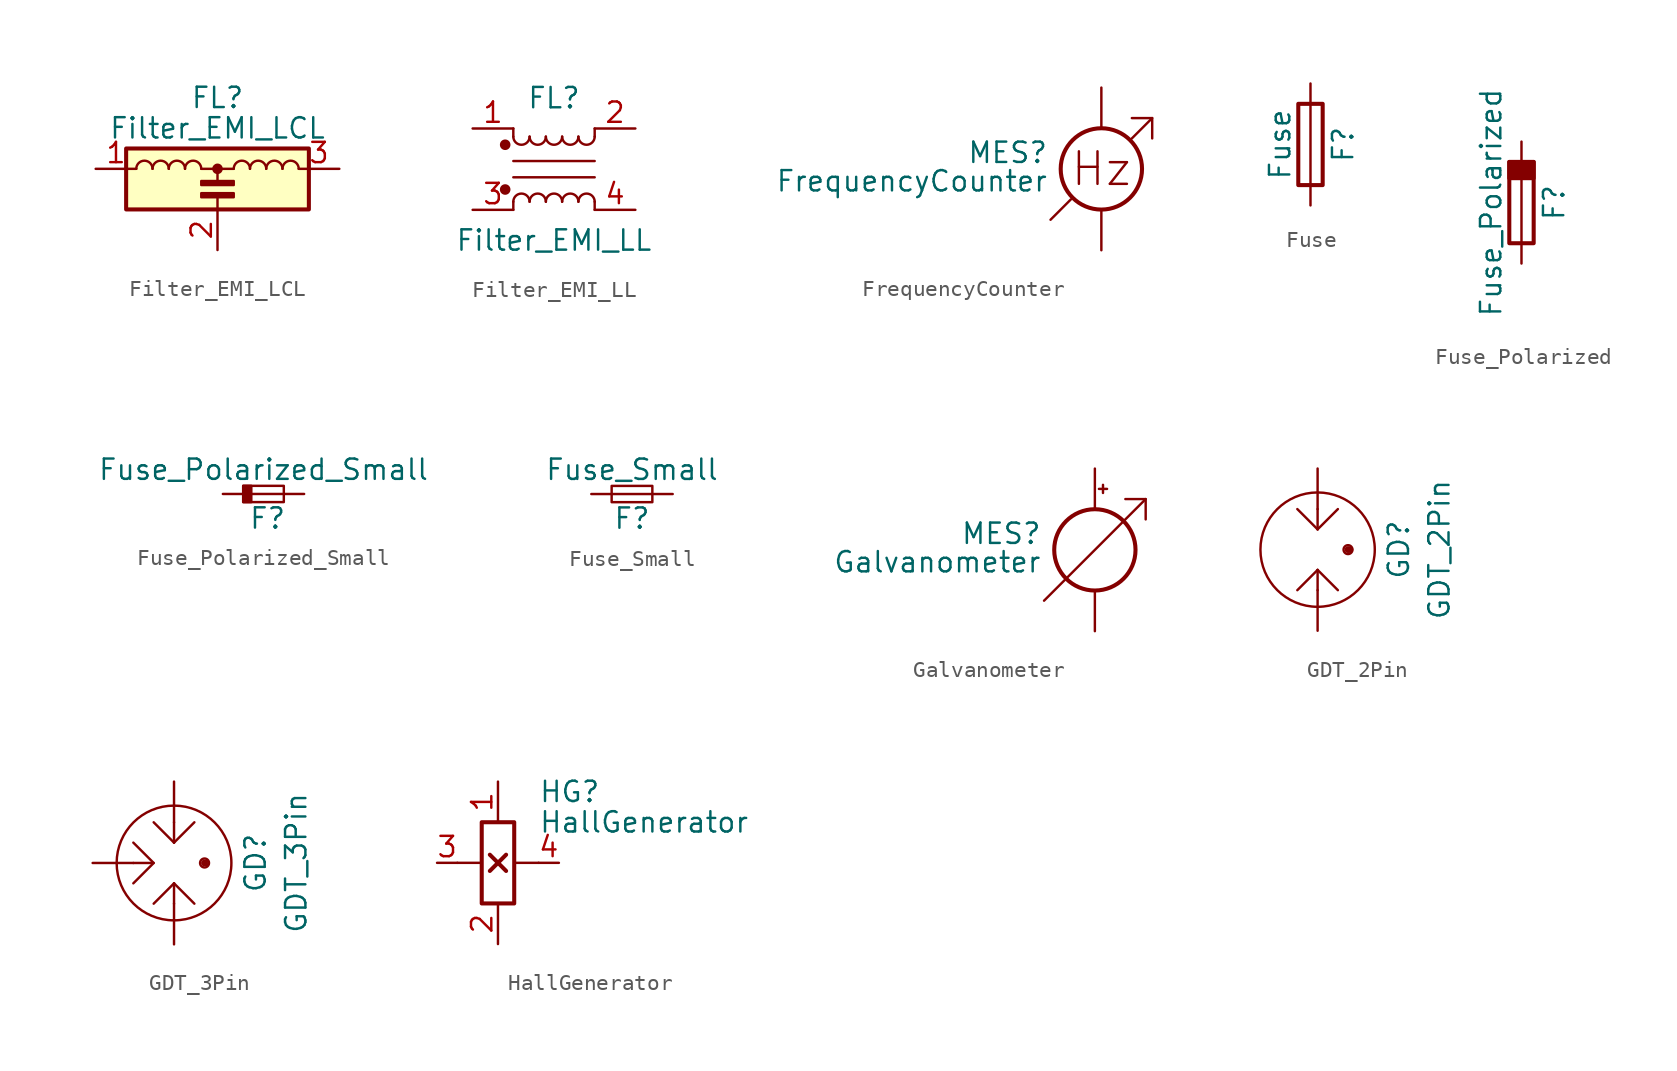
<source format=kicad_sym>
(kicad_symbol_lib
  (version 20241209)
  (generator "kicad_symbol_editor")
  (generator_version "9.0")
  (symbol "Filter_EMI_LCL"
    (pin_names
      (offset 0.254)
      (hide yes))
    (property "Reference" "FL"
      (at 0 6.985 0)
      (effects (font (size 1.27 1.27))))
    (property "Value" "Filter_EMI_LCL"
      (at 0 5.08 0)
      (effects (font (size 1.27 1.27))))
    (symbol "Filter_EMI_LCL_0_1"
      (rectangle (start -5.715 3.81) (end 5.715 0) (stroke (width 0.254) (type solid)) (fill (type background)))
      (arc (start -5.08 2.54) (mid -4.572 3.048) (end -4.064 2.54) (stroke (width 0) (type solid)) (fill (type none)))
      (arc (start -4.064 2.54) (mid -3.556 3.048) (end -3.048 2.54) (stroke (width 0) (type solid)) (fill (type none)))
      (arc (start -3.048 2.54) (mid -2.54 3.048) (end -2.032 2.54) (stroke (width 0) (type solid)) (fill (type none)))
      (arc (start -2.032 2.54) (mid -1.524 3.048) (end -1.016 2.54) (stroke (width 0) (type solid)) (fill (type none)))
      (polyline (pts (xy -1.016 2.54) (xy 1.016 2.54)) (stroke (width 0) (type solid)) (fill (type none)))
      (rectangle (start -1.016 0.762) (end 1.016 1.016) (stroke (width 0) (type solid)) (fill (type outline)))
      (circle (center 0 2.54) (radius 0.254) (stroke (width 0) (type solid)) (fill (type outline)))
      (polyline (pts (xy 0 2.54) (xy 0 1.778)) (stroke (width 0) (type solid)) (fill (type none)))
      (polyline (pts (xy 0 0.762) (xy 0 0)) (stroke (width 0) (type solid)) (fill (type none)))
      (rectangle (start 1.016 1.524) (end -1.016 1.778) (stroke (width 0) (type solid)) (fill (type outline)))
      (arc (start 1.016 2.54) (mid 1.524 3.048) (end 2.032 2.54) (stroke (width 0) (type solid)) (fill (type none)))
      (arc (start 2.032 2.54) (mid 2.54 3.048) (end 3.048 2.54) (stroke (width 0) (type solid)) (fill (type none)))
      (arc (start 3.048 2.54) (mid 3.556 3.048) (end 4.064 2.54) (stroke (width 0) (type solid)) (fill (type none)))
      (arc (start 4.064 2.54) (mid 4.572 3.048) (end 5.08 2.54) (stroke (width 0) (type solid)) (fill (type none))))
    (symbol "Filter_EMI_LCL_1_1"
      (pin passive line (at -7.62 2.54 0) (length 2.54) (name "1" (effects (font (size 1.27 1.27)))) (number "1" (effects (font (size 1.27 1.27)))))
      (pin passive line (at 0 -2.54 90) (length 2.54) (name "2" (effects (font (size 1.27 1.27)))) (number "2" (effects (font (size 1.27 1.27)))))
      (pin passive line (at 7.62 2.54 180) (length 2.54) (name "3" (effects (font (size 1.27 1.27)))) (number "3" (effects (font (size 1.27 1.27)))))))
  (symbol "Filter_EMI_LL"
    (pin_names
      (offset 0.254)
      (hide yes))
    (property "Reference" "FL"
      (at 0 4.445 0)
      (effects (font (size 1.27 1.27))))
    (property "Value" "Filter_EMI_LL"
      (at 0 -4.445 0)
      (effects (font (size 1.27 1.27))))
    (symbol "Filter_EMI_LL_0_1"
      (circle (center -3.048 1.524) (radius 0.254) (stroke (width 0) (type solid)) (fill (type outline)))
      (circle (center -3.048 -1.27) (radius 0.254) (stroke (width 0) (type solid)) (fill (type outline)))
      (polyline (pts (xy -2.54 2.032) (xy -2.54 2.54)) (stroke (width 0) (type solid)) (fill (type none)))
      (polyline (pts (xy -2.54 0.508) (xy 2.54 0.508)) (stroke (width 0) (type solid)) (fill (type none)))
      (polyline (pts (xy -2.54 -2.032) (xy -2.54 -2.54)) (stroke (width 0) (type solid)) (fill (type none)))
      (arc (start -1.524 2.032) (mid -2.032 1.524) (end -2.54 2.032) (stroke (width 0) (type solid)) (fill (type none)))
      (arc (start -2.54 -2.032) (mid -2.032 -1.524) (end -1.524 -2.032) (stroke (width 0) (type solid)) (fill (type none)))
      (arc (start -0.508 2.032) (mid -1.016 1.524) (end -1.524 2.032) (stroke (width 0) (type solid)) (fill (type none)))
      (arc (start -1.524 -2.032) (mid -1.016 -1.524) (end -0.508 -2.032) (stroke (width 0) (type solid)) (fill (type none)))
      (arc (start 0.508 2.032) (mid 0 1.524) (end -0.508 2.032) (stroke (width 0) (type solid)) (fill (type none)))
      (arc (start -0.508 -2.032) (mid 0 -1.524) (end 0.508 -2.032) (stroke (width 0) (type solid)) (fill (type none)))
      (arc (start 1.524 2.032) (mid 1.016 1.524) (end 0.508 2.032) (stroke (width 0) (type solid)) (fill (type none)))
      (arc (start 0.508 -2.032) (mid 1.016 -1.524) (end 1.524 -2.032) (stroke (width 0) (type solid)) (fill (type none)))
      (arc (start 2.54 2.032) (mid 2.032 1.524) (end 1.524 2.032) (stroke (width 0) (type solid)) (fill (type none)))
      (arc (start 1.524 -2.032) (mid 2.032 -1.524) (end 2.54 -2.032) (stroke (width 0) (type solid)) (fill (type none)))
      (polyline (pts (xy 2.54 2.54) (xy 2.54 2.032)) (stroke (width 0) (type solid)) (fill (type none)))
      (polyline (pts (xy 2.54 -0.508) (xy -2.54 -0.508)) (stroke (width 0) (type solid)) (fill (type none)))
      (polyline (pts (xy 2.54 -2.032) (xy 2.54 -2.54)) (stroke (width 0) (type solid)) (fill (type none))))
    (symbol "Filter_EMI_LL_1_1"
      (pin passive line (at -5.08 2.54 0) (length 2.54) (name "1" (effects (font (size 1.27 1.27)))) (number "1" (effects (font (size 1.27 1.27)))))
      (pin passive line (at -5.08 -2.54 0) (length 2.54) (name "3" (effects (font (size 1.27 1.27)))) (number "3" (effects (font (size 1.27 1.27)))))
      (pin passive line (at 5.08 2.54 180) (length 2.54) (name "2" (effects (font (size 1.27 1.27)))) (number "2" (effects (font (size 1.27 1.27)))))
      (pin passive line (at 5.08 -2.54 180) (length 2.54) (name "4" (effects (font (size 1.27 1.27)))) (number "4" (effects (font (size 1.27 1.27)))))))
  (symbol "FrequencyCounter"
    (pin_numbers
      (hide yes))
    (pin_names
      (offset 0.025)
      (hide yes))
    (property "Reference" "MES"
      (at -3.302 1.016 0)
      (effects (font (size 1.27 1.27)) (justify right)))
    (property "Value" "FrequencyCounter"
      (at -3.302 -0.762 0)
      (effects (font (size 1.27 1.27)) (justify right)))
    (symbol "FrequencyCounter_0_0"
      (polyline (pts (xy -3.175 -3.175) (xy -1.905 -1.905)) (stroke (width 0) (type solid)) (fill (type none)))
      (polyline (pts (xy 1.905 3.175) (xy 3.175 3.175) (xy 3.175 1.905)) (stroke (width 0) (type solid)) (fill (type none)))
      (polyline (pts (xy 1.905 1.905) (xy 3.175 3.175)) (stroke (width 0) (type solid)) (fill (type none)))
      (text "Hz" (at 0 0 0) (effects (font (size 2.032 2.032)))))
    (symbol "FrequencyCounter_0_1"
      (circle (center 0 0) (radius 2.54) (stroke (width 0.254) (type solid)) (fill (type none))))
    (symbol "FrequencyCounter_1_1"
      (pin passive line (at 0 5.08 270) (length 2.54) (name "+" (effects (font (size 1.27 1.27)))) (number "2" (effects (font (size 1.27 1.27)))))
      (pin passive line (at 0 -5.08 90) (length 2.54) (name "-" (effects (font (size 1.27 1.27)))) (number "1" (effects (font (size 1.27 1.27)))))))
  (symbol "Fuse"
    (pin_numbers
      (hide yes))
    (pin_names
      (offset 0))
    (property "Reference" "F"
      (at 2.032 0 90)
      (effects (font (size 1.27 1.27))))
    (property "Value" "Fuse"
      (at -1.905 0 90)
      (effects (font (size 1.27 1.27))))
    (symbol "Fuse_0_1"
      (rectangle (start -0.762 -2.54) (end 0.762 2.54) (stroke (width 0.254) (type solid)) (fill (type none)))
      (polyline (pts (xy 0 2.54) (xy 0 -2.54)) (stroke (width 0) (type solid)) (fill (type none))))
    (symbol "Fuse_1_1"
      (pin passive line (at 0 3.81 270) (length 1.27) (name "~" (effects (font (size 1.27 1.27)))) (number "1" (effects (font (size 1.27 1.27)))))
      (pin passive line (at 0 -3.81 90) (length 1.27) (name "~" (effects (font (size 1.27 1.27)))) (number "2" (effects (font (size 1.27 1.27)))))))
  (symbol "Fuse_Polarized"
    (pin_numbers
      (hide yes))
    (pin_names
      (offset 0))
    (property "Reference" "F"
      (at 2.032 0 90)
      (effects (font (size 1.27 1.27))))
    (property "Value" "Fuse_Polarized"
      (at -1.905 0 90)
      (effects (font (size 1.27 1.27))))
    (symbol "Fuse_Polarized_0_1"
      (rectangle (start -0.762 2.54) (end 0.762 1.524) (stroke (width 0.254) (type solid)) (fill (type outline)))
      (rectangle (start -0.762 -2.54) (end 0.762 2.54) (stroke (width 0.254) (type solid)) (fill (type none)))
      (polyline (pts (xy 0 2.54) (xy 0 -2.54)) (stroke (width 0) (type solid)) (fill (type none))))
    (symbol "Fuse_Polarized_1_1"
      (pin power_in line (at 0 3.81 270) (length 1.27) (name "~" (effects (font (size 1.27 1.27)))) (number "1" (effects (font (size 1.27 1.27)))))
      (pin power_out line (at 0 -3.81 90) (length 1.27) (name "~" (effects (font (size 1.27 1.27)))) (number "2" (effects (font (size 1.27 1.27)))))))
  (symbol "Fuse_Polarized_Small"
    (pin_numbers
      (hide yes))
    (pin_names
      (offset 0.254)
      (hide yes))
    (property "Reference" "F"
      (at 0.254 -1.524 0)
      (effects (font (size 1.27 1.27))))
    (property "Value" "Fuse_Polarized_Small"
      (at 0 1.524 0)
      (effects (font (size 1.27 1.27))))
    (symbol "Fuse_Polarized_Small_0_1"
      (rectangle (start -1.27 0.508) (end -0.762 -0.508) (stroke (width 0) (type solid)) (fill (type outline)))
      (rectangle (start -1.27 0.508) (end 1.27 -0.508) (stroke (width 0) (type solid)) (fill (type none)))
      (polyline (pts (xy -1.27 0) (xy 1.27 0)) (stroke (width 0) (type solid)) (fill (type none))))
    (symbol "Fuse_Polarized_Small_1_1"
      (pin power_in line (at -2.54 0 0) (length 1.27) (name "~" (effects (font (size 1.27 1.27)))) (number "1" (effects (font (size 1.27 1.27)))))
      (pin power_out line (at 2.54 0 180) (length 1.27) (name "~" (effects (font (size 1.27 1.27)))) (number "2" (effects (font (size 1.27 1.27)))))))
  (symbol "Fuse_Small"
    (pin_numbers
      (hide yes))
    (pin_names
      (offset 0.254)
      (hide yes))
    (property "Reference" "F"
      (at 0 -1.524 0)
      (effects (font (size 1.27 1.27))))
    (property "Value" "Fuse_Small"
      (at 0 1.524 0)
      (effects (font (size 1.27 1.27))))
    (symbol "Fuse_Small_0_1"
      (rectangle (start -1.27 0.508) (end 1.27 -0.508) (stroke (width 0) (type solid)) (fill (type none)))
      (polyline (pts (xy -1.27 0) (xy 1.27 0)) (stroke (width 0) (type solid)) (fill (type none))))
    (symbol "Fuse_Small_1_1"
      (pin passive line (at -2.54 0 0) (length 1.27) (name "~" (effects (font (size 1.27 1.27)))) (number "1" (effects (font (size 1.27 1.27)))))
      (pin passive line (at 2.54 0 180) (length 1.27) (name "~" (effects (font (size 1.27 1.27)))) (number "2" (effects (font (size 1.27 1.27)))))))
  (symbol "Galvanometer"
    (pin_numbers
      (hide yes))
    (pin_names
      (offset 0.025)
      (hide yes))
    (property "Reference" "MES"
      (at -3.302 1.016 0)
      (effects (font (size 1.27 1.27)) (justify right)))
    (property "Value" "Galvanometer"
      (at -3.302 -0.762 0)
      (effects (font (size 1.27 1.27)) (justify right)))
    (symbol "Galvanometer_0_0"
      (polyline (pts (xy -3.175 -3.175) (xy 3.175 3.175)) (stroke (width 0) (type solid)) (fill (type none)))
      (polyline (pts (xy 1.905 3.175) (xy 3.175 3.175) (xy 3.175 1.905)) (stroke (width 0) (type solid)) (fill (type none))))
    (symbol "Galvanometer_0_1"
      (circle (center 0 0) (radius 2.54) (stroke (width 0.254) (type solid)) (fill (type none)))
      (polyline (pts (xy 0.254 3.81) (xy 0.762 3.81)) (stroke (width 0) (type solid)) (fill (type none)))
      (polyline (pts (xy 0.508 4.064) (xy 0.508 3.556)) (stroke (width 0) (type solid)) (fill (type none))))
    (symbol "Galvanometer_1_1"
      (pin passive line (at 0 5.08 270) (length 2.54) (name "+" (effects (font (size 1.27 1.27)))) (number "2" (effects (font (size 1.27 1.27)))))
      (pin passive line (at 0 -5.08 90) (length 2.54) (name "-" (effects (font (size 1.27 1.27)))) (number "1" (effects (font (size 1.27 1.27)))))))
  (symbol "GDT_2Pin"
    (pin_numbers
      (hide yes))
    (property "Reference" "GD"
      (at 5.08 0 90)
      (effects (font (size 1.27 1.27))))
    (property "Value" "GDT_2Pin"
      (at 7.62 0 90)
      (effects (font (size 1.27 1.27))))
    (symbol "GDT_2Pin_0_1"
      (polyline (pts (xy 0 2.54) (xy 0 1.27)) (stroke (width 0) (type solid)) (fill (type none)))
      (polyline (pts (xy 0 1.27) (xy -1.27 2.54)) (stroke (width 0) (type solid)) (fill (type none)))
      (polyline (pts (xy 0 1.27) (xy 1.27 2.54)) (stroke (width 0) (type solid)) (fill (type none)))
      (circle (center 0 0) (radius 3.581) (stroke (width 0) (type solid)) (fill (type none)))
      (polyline (pts (xy 0 -1.27) (xy -1.27 -2.54)) (stroke (width 0) (type solid)) (fill (type none)))
      (polyline (pts (xy 0 -1.27) (xy 1.27 -2.54)) (stroke (width 0) (type solid)) (fill (type none)))
      (polyline (pts (xy 0 -2.54) (xy 0 -1.27)) (stroke (width 0) (type solid)) (fill (type none)))
      (circle (center 1.905 0) (radius 0.127) (stroke (width 0) (type solid)) (fill (type none)))
      (circle (center 1.905 0) (radius 0.127) (stroke (width 0) (type solid)) (fill (type none)))
      (circle (center 1.905 0) (radius 0.279) (stroke (width 0) (type solid)) (fill (type none)))
      (circle (center 2.032 0) (radius 0.127) (stroke (width 0) (type solid)) (fill (type none))))
    (symbol "GDT_2Pin_1_1"
      (pin passive line (at 0 5.08 270) (length 2.54) (name "~" (effects (font (size 1.27 1.27)))) (number "3" (effects (font (size 1.27 1.27)))))
      (pin passive line (at 0 -5.08 90) (length 2.54) (name "~" (effects (font (size 1.27 1.27)))) (number "1" (effects (font (size 1.27 1.27)))))))
  (symbol "GDT_3Pin"
    (pin_numbers
      (hide yes))
    (property "Reference" "GD"
      (at 5.08 0 90)
      (effects (font (size 1.27 1.27))))
    (property "Value" "GDT_3Pin"
      (at 7.62 0 90)
      (effects (font (size 1.27 1.27))))
    (symbol "GDT_3Pin_0_1"
      (polyline (pts (xy -2.54 1.27) (xy -1.27 0) (xy -2.54 -1.27)) (stroke (width 0) (type solid)) (fill (type none)))
      (polyline (pts (xy -2.54 0) (xy -1.27 0)) (stroke (width 0) (type solid)) (fill (type none)))
      (polyline (pts (xy 0 2.54) (xy 0 1.27)) (stroke (width 0) (type solid)) (fill (type none)))
      (polyline (pts (xy 0 1.27) (xy -1.27 2.54)) (stroke (width 0) (type solid)) (fill (type none)))
      (polyline (pts (xy 0 1.27) (xy 1.27 2.54)) (stroke (width 0) (type solid)) (fill (type none)))
      (circle (center 0 0) (radius 3.581) (stroke (width 0) (type solid)) (fill (type none)))
      (polyline (pts (xy 0 -1.27) (xy -1.27 -2.54)) (stroke (width 0) (type solid)) (fill (type none)))
      (polyline (pts (xy 0 -1.27) (xy 1.27 -2.54)) (stroke (width 0) (type solid)) (fill (type none)))
      (polyline (pts (xy 0 -2.54) (xy 0 -1.27)) (stroke (width 0) (type solid)) (fill (type none)))
      (circle (center 1.905 0) (radius 0.127) (stroke (width 0) (type solid)) (fill (type none)))
      (circle (center 1.905 0) (radius 0.127) (stroke (width 0) (type solid)) (fill (type none)))
      (circle (center 1.905 0) (radius 0.279) (stroke (width 0) (type solid)) (fill (type none)))
      (circle (center 2.032 0) (radius 0.127) (stroke (width 0) (type solid)) (fill (type none))))
    (symbol "GDT_3Pin_1_1"
      (pin passive line (at -5.08 0 0) (length 2.54) (name "~" (effects (font (size 1.27 1.27)))) (number "2" (effects (font (size 1.27 1.27)))))
      (pin passive line (at 0 5.08 270) (length 2.54) (name "~" (effects (font (size 1.27 1.27)))) (number "3" (effects (font (size 1.27 1.27)))))
      (pin passive line (at 0 -5.08 90) (length 2.54) (name "~" (effects (font (size 1.27 1.27)))) (number "1" (effects (font (size 1.27 1.27)))))))
  (symbol "HallGenerator"
    (pin_names
      (offset 0)
      (hide yes))
    (property "Reference" "HG"
      (at 2.54 4.445 0)
      (effects (font (size 1.27 1.27)) (justify left)))
    (property "Value" "HallGenerator"
      (at 2.54 2.54 0)
      (effects (font (size 1.27 1.27)) (justify left)))
    (symbol "HallGenerator_0_1"
      (rectangle (start -1.016 2.54) (end 1.016 -2.54) (stroke (width 0.254) (type solid)) (fill (type none)))
      (polyline (pts (xy -1.016 0) (xy -2.54 0)) (stroke (width 0) (type solid)) (fill (type none)))
      (polyline (pts (xy -0.508 0.508) (xy 0.508 -0.508)) (stroke (width 0.254) (type solid)) (fill (type none)))
      (polyline (pts (xy -0.508 -0.508) (xy 0.508 0.508)) (stroke (width 0.254) (type solid)) (fill (type none)))
      (polyline (pts (xy 1.016 0) (xy 2.54 0)) (stroke (width 0) (type solid)) (fill (type none))))
    (symbol "HallGenerator_1_1"
      (pin passive line (at -3.81 0 0) (length 1.27) (name "UH1" (effects (font (size 1.27 1.27)))) (number "3" (effects (font (size 1.27 1.27)))))
      (pin passive line (at 0 5.08 270) (length 2.54) (name "U1" (effects (font (size 1.27 1.27)))) (number "1" (effects (font (size 1.27 1.27)))))
      (pin passive line (at 0 -5.08 90) (length 2.54) (name "U2" (effects (font (size 1.27 1.27)))) (number "2" (effects (font (size 1.27 1.27)))))
      (pin passive line (at 3.81 0 180) (length 1.27) (name "UH2" (effects (font (size 1.27 1.27)))) (number "4" (effects (font (size 1.27 1.27))))))))
</source>
